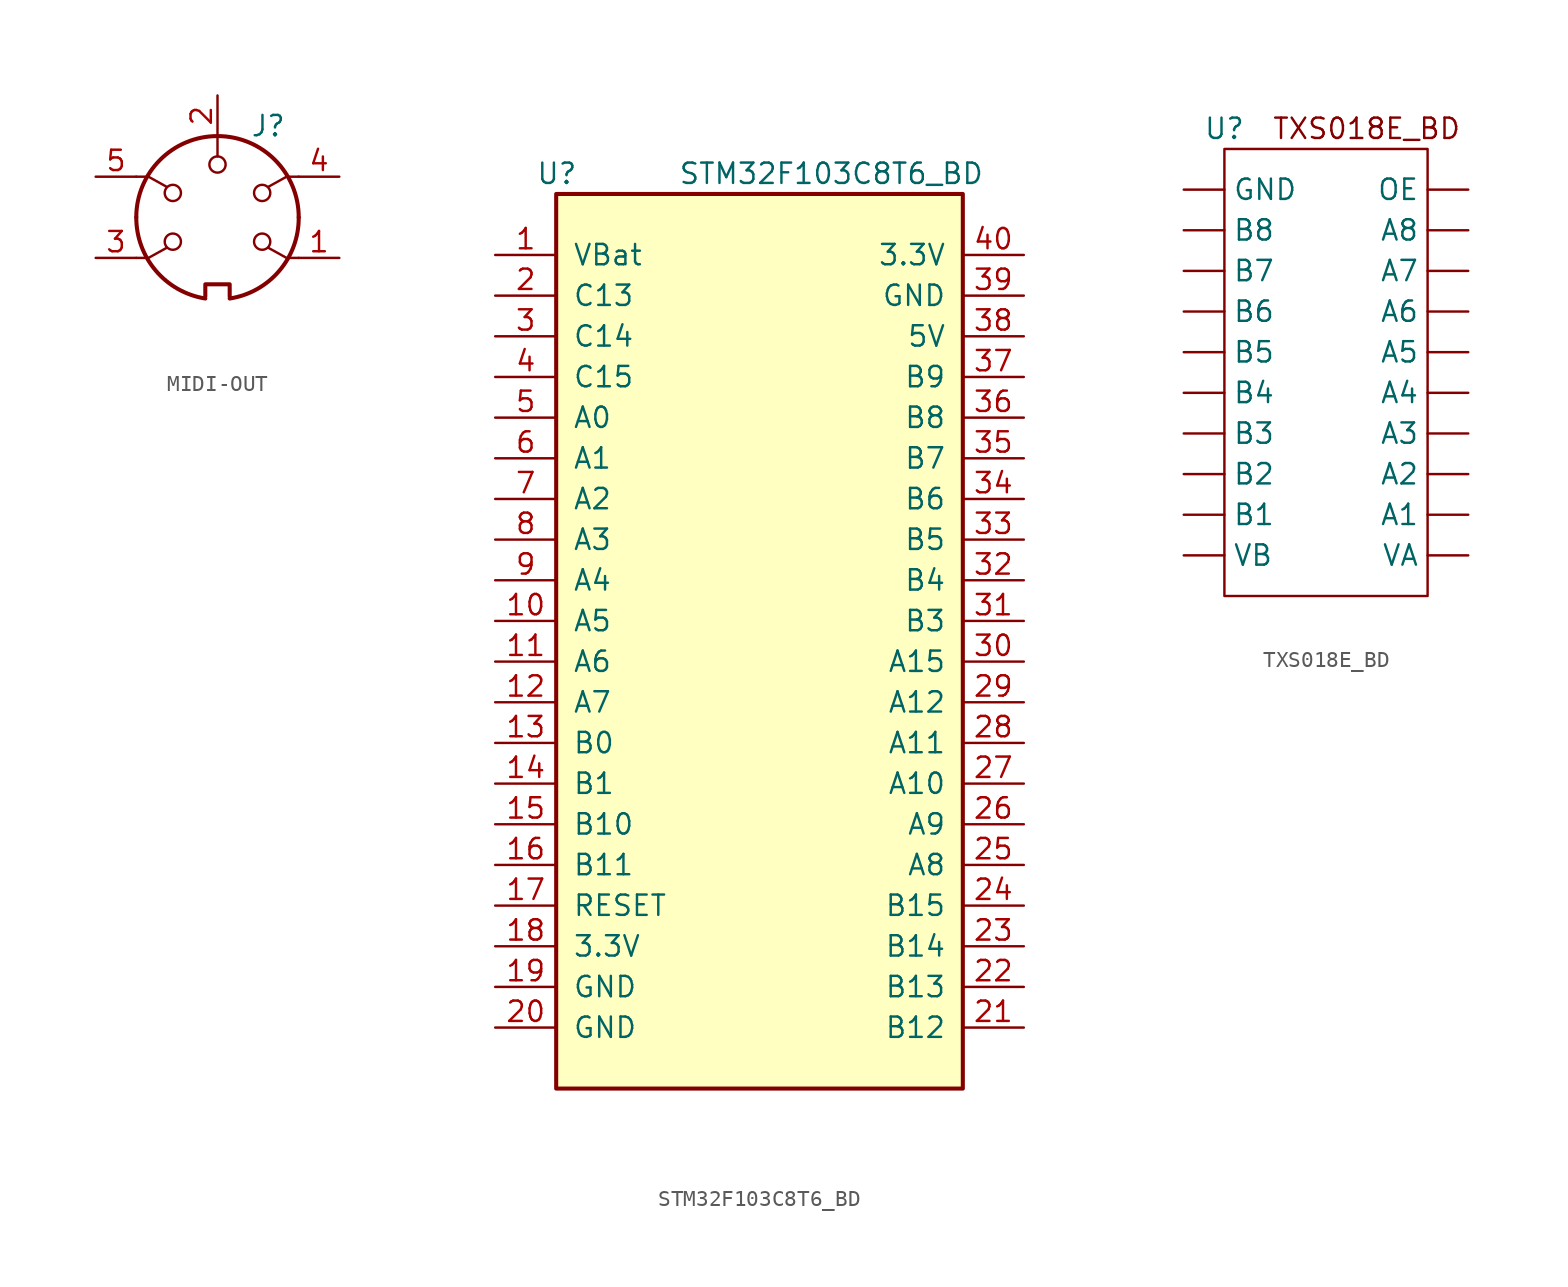
<source format=kicad_sym>
(kicad_symbol_lib
  (version 20220914)
  (generator kicad_symbol_editor)
  (symbol "MIDI-OUT"
    (pin_names
      (offset 1.016))
    (property "Reference" "J"
      (at 3.175 5.715 0)
      (effects (font (size 1.27 1.27))))
    (property "Value" ""
      (at 1.27 -7.62 0)
      (effects (font (size 1.27 1.27))))
    (symbol "MIDI-OUT_0_1"
      (arc (start -5.08 0) (mid -3.8609 -3.3364) (end -0.762 -5.08) (stroke (width 0.254) (type default)) (fill (type none)))
      (circle (center -2.794 -1.524) (radius 0.508) (stroke (width 0) (type default)) (fill (type none)))
      (circle (center -2.794 1.524) (radius 0.508) (stroke (width 0) (type default)) (fill (type none)))
      (polyline (pts (xy 0 5.08) (xy 0 3.81)) (stroke (width 0) (type default)) (fill (type none)))
      (polyline (pts (xy -5.08 -2.54) (xy -4.318 -2.54) (xy -3.175 -1.905)) (stroke (width 0) (type default)) (fill (type none)))
      (polyline (pts (xy -5.08 2.54) (xy -4.318 2.54) (xy -3.175 1.905)) (stroke (width 0) (type default)) (fill (type none)))
      (polyline (pts (xy 5.08 -2.54) (xy 4.318 -2.54) (xy 3.175 -1.905)) (stroke (width 0) (type default)) (fill (type none)))
      (polyline (pts (xy 5.08 2.54) (xy 4.318 2.54) (xy 3.175 1.905)) (stroke (width 0) (type default)) (fill (type none)))
      (polyline (pts (xy -0.762 -4.953) (xy -0.762 -4.191) (xy 0.762 -4.191) (xy 0.762 -4.953)) (stroke (width 0.254) (type default)) (fill (type none)))
      (circle (center 0 3.302) (radius 0.508) (stroke (width 0) (type default)) (fill (type none)))
      (arc (start 0.762 -5.08) (mid 3.8685 -3.343) (end 5.08 0) (stroke (width 0.254) (type default)) (fill (type none)))
      (circle (center 2.794 -1.524) (radius 0.508) (stroke (width 0) (type default)) (fill (type none)))
      (circle (center 2.794 1.524) (radius 0.508) (stroke (width 0) (type default)) (fill (type none)))
      (arc (start 5.08 0) (mid 0 5.0579) (end -5.08 0) (stroke (width 0.254) (type default)) (fill (type none))))
    (symbol "MIDI-OUT_1_1"
      (pin unspecified line (at 7.62 -2.54 180) (length 2.54) (name "" (effects (font (size 1.27 1.27)))) (number "1" (effects (font (size 1.27 1.27)))))
      (pin unspecified line (at 0 7.62 270) (length 2.54) (name "" (effects (font (size 1.27 1.27)))) (number "2" (effects (font (size 1.27 1.27)))))
      (pin unspecified line (at -7.62 -2.54 0) (length 2.54) (name "" (effects (font (size 1.27 1.27)))) (number "3" (effects (font (size 1.27 1.27)))))
      (pin input line (at 7.62 2.54 180) (length 2.54) (name "~" (effects (font (size 1.27 1.27)))) (number "4" (effects (font (size 1.27 1.27)))))
      (pin output line (at -7.62 2.54 0) (length 2.54) (name "" (effects (font (size 1.27 1.27)))) (number "5" (effects (font (size 1.27 1.27)))))))
  (symbol "STM32F103C8T6_BD"
    (pin_names
      (offset 1.016))
    (property "Reference" "U"
      (at -13.97 29.21 0)
      (effects (font (size 1.27 1.27)) (justify left)))
    (property "Value" "STM32F103C8T6_BD"
      (at -5.08 29.21 0)
      (effects (font (size 1.27 1.27)) (justify left)))
    (symbol "STM32F103C8T6_BD_0_1"
      (rectangle (start -12.7 27.94) (end 12.7 -27.94) (stroke (width 0.254) (type default)) (fill (type background))))
    (symbol "STM32F103C8T6_BD_1_1"
      (pin power_in line (at -16.51 24.13 0) (length 3.81) (name "VBat" (effects (font (size 1.27 1.27)))) (number "1" (effects (font (size 1.27 1.27)))))
      (pin bidirectional line (at -16.51 1.27 0) (length 3.81) (name "A5" (effects (font (size 1.27 1.27)))) (number "10" (effects (font (size 1.27 1.27)))))
      (pin bidirectional line (at -16.51 -1.27 0) (length 3.81) (name "A6" (effects (font (size 1.27 1.27)))) (number "11" (effects (font (size 1.27 1.27)))))
      (pin bidirectional line (at -16.51 -3.81 0) (length 3.81) (name "A7" (effects (font (size 1.27 1.27)))) (number "12" (effects (font (size 1.27 1.27)))))
      (pin bidirectional line (at -16.51 -6.35 0) (length 3.81) (name "B0" (effects (font (size 1.27 1.27)))) (number "13" (effects (font (size 1.27 1.27)))))
      (pin bidirectional line (at -16.51 -8.89 0) (length 3.81) (name "B1" (effects (font (size 1.27 1.27)))) (number "14" (effects (font (size 1.27 1.27)))))
      (pin bidirectional line (at -16.51 -11.43 0) (length 3.81) (name "B10" (effects (font (size 1.27 1.27)))) (number "15" (effects (font (size 1.27 1.27)))))
      (pin bidirectional line (at -16.51 -13.97 0) (length 3.81) (name "B11" (effects (font (size 1.27 1.27)))) (number "16" (effects (font (size 1.27 1.27)))))
      (pin input line (at -16.51 -16.51 0) (length 3.81) (name "RESET" (effects (font (size 1.27 1.27)))) (number "17" (effects (font (size 1.27 1.27)))))
      (pin power_in line (at -16.51 -19.05 0) (length 3.81) (name "3.3V" (effects (font (size 1.27 1.27)))) (number "18" (effects (font (size 1.27 1.27)))))
      (pin power_in line (at -16.51 -21.59 0) (length 3.81) (name "GND" (effects (font (size 1.27 1.27)))) (number "19" (effects (font (size 1.27 1.27)))))
      (pin bidirectional line (at -16.51 21.59 0) (length 3.81) (name "C13" (effects (font (size 1.27 1.27)))) (number "2" (effects (font (size 1.27 1.27)))))
      (pin power_in line (at -16.51 -24.13 0) (length 3.81) (name "GND" (effects (font (size 1.27 1.27)))) (number "20" (effects (font (size 1.27 1.27)))))
      (pin bidirectional line (at 16.51 -24.13 180) (length 3.81) (name "B12" (effects (font (size 1.27 1.27)))) (number "21" (effects (font (size 1.27 1.27)))))
      (pin bidirectional line (at 16.51 -21.59 180) (length 3.81) (name "B13" (effects (font (size 1.27 1.27)))) (number "22" (effects (font (size 1.27 1.27)))))
      (pin bidirectional line (at 16.51 -19.05 180) (length 3.81) (name "B14" (effects (font (size 1.27 1.27)))) (number "23" (effects (font (size 1.27 1.27)))))
      (pin bidirectional line (at 16.51 -16.51 180) (length 3.81) (name "B15" (effects (font (size 1.27 1.27)))) (number "24" (effects (font (size 1.27 1.27)))))
      (pin bidirectional line (at 16.51 -13.97 180) (length 3.81) (name "A8" (effects (font (size 1.27 1.27)))) (number "25" (effects (font (size 1.27 1.27)))))
      (pin bidirectional line (at 16.51 -11.43 180) (length 3.81) (name "A9" (effects (font (size 1.27 1.27)))) (number "26" (effects (font (size 1.27 1.27)))))
      (pin bidirectional line (at 16.51 -8.89 180) (length 3.81) (name "A10" (effects (font (size 1.27 1.27)))) (number "27" (effects (font (size 1.27 1.27)))))
      (pin bidirectional line (at 16.51 -6.35 180) (length 3.81) (name "A11" (effects (font (size 1.27 1.27)))) (number "28" (effects (font (size 1.27 1.27)))))
      (pin bidirectional line (at 16.51 -3.81 180) (length 3.81) (name "A12" (effects (font (size 1.27 1.27)))) (number "29" (effects (font (size 1.27 1.27)))))
      (pin bidirectional line (at -16.51 19.05 0) (length 3.81) (name "C14" (effects (font (size 1.27 1.27)))) (number "3" (effects (font (size 1.27 1.27)))))
      (pin bidirectional line (at 16.51 -1.27 180) (length 3.81) (name "A15" (effects (font (size 1.27 1.27)))) (number "30" (effects (font (size 1.27 1.27)))))
      (pin bidirectional line (at 16.51 1.27 180) (length 3.81) (name "B3" (effects (font (size 1.27 1.27)))) (number "31" (effects (font (size 1.27 1.27)))))
      (pin bidirectional line (at 16.51 3.81 180) (length 3.81) (name "B4" (effects (font (size 1.27 1.27)))) (number "32" (effects (font (size 1.27 1.27)))))
      (pin bidirectional line (at 16.51 6.35 180) (length 3.81) (name "B5" (effects (font (size 1.27 1.27)))) (number "33" (effects (font (size 1.27 1.27)))))
      (pin bidirectional line (at 16.51 8.89 180) (length 3.81) (name "B6" (effects (font (size 1.27 1.27)))) (number "34" (effects (font (size 1.27 1.27)))))
      (pin bidirectional line (at 16.51 11.43 180) (length 3.81) (name "B7" (effects (font (size 1.27 1.27)))) (number "35" (effects (font (size 1.27 1.27)))))
      (pin bidirectional line (at 16.51 13.97 180) (length 3.81) (name "B8" (effects (font (size 1.27 1.27)))) (number "36" (effects (font (size 1.27 1.27)))))
      (pin bidirectional line (at 16.51 16.51 180) (length 3.81) (name "B9" (effects (font (size 1.27 1.27)))) (number "37" (effects (font (size 1.27 1.27)))))
      (pin power_in line (at 16.51 19.05 180) (length 3.81) (name "5V" (effects (font (size 1.27 1.27)))) (number "38" (effects (font (size 1.27 1.27)))))
      (pin power_in line (at 16.51 21.59 180) (length 3.81) (name "GND" (effects (font (size 1.27 1.27)))) (number "39" (effects (font (size 1.27 1.27)))))
      (pin bidirectional line (at -16.51 16.51 0) (length 3.81) (name "C15" (effects (font (size 1.27 1.27)))) (number "4" (effects (font (size 1.27 1.27)))))
      (pin power_in line (at 16.51 24.13 180) (length 3.81) (name "3.3V" (effects (font (size 1.27 1.27)))) (number "40" (effects (font (size 1.27 1.27)))))
      (pin bidirectional line (at -16.51 13.97 0) (length 3.81) (name "A0" (effects (font (size 1.27 1.27)))) (number "5" (effects (font (size 1.27 1.27)))))
      (pin bidirectional line (at -16.51 11.43 0) (length 3.81) (name "A1" (effects (font (size 1.27 1.27)))) (number "6" (effects (font (size 1.27 1.27)))))
      (pin bidirectional line (at -16.51 8.89 0) (length 3.81) (name "A2" (effects (font (size 1.27 1.27)))) (number "7" (effects (font (size 1.27 1.27)))))
      (pin bidirectional line (at -16.51 6.35 0) (length 3.81) (name "A3" (effects (font (size 1.27 1.27)))) (number "8" (effects (font (size 1.27 1.27)))))
      (pin bidirectional line (at -16.51 3.81 0) (length 3.81) (name "A4" (effects (font (size 1.27 1.27)))) (number "9" (effects (font (size 1.27 1.27)))))))
  (symbol "TXS018E_BD"
    (property "Reference" "U"
      (at -6.35 13.97 0)
      (effects (font (size 1.27 1.27))))
    (property "Value" ""
      (at -2.54 5.08 0)
      (effects (font (size 1.27 1.27))))
    (symbol "TXS018E_BD_0_1"
      (rectangle (start -6.35 12.7) (end 6.35 -15.24) (stroke (width 0) (type default)) (fill (type none))))
    (symbol "TXS018E_BD_1_1"
      (text "TXS018E_BD\n" (at 2.54 13.97 0) (effects (font (size 1.27 1.27))))
      (pin bidirectional line (at 8.89 -10.16 180) (length 2.54) (name "A1" (effects (font (size 1.27 1.27)))) (number "" (effects (font (size 1.27 1.27)))))
      (pin bidirectional line (at 8.89 -7.62 180) (length 2.54) (name "A2" (effects (font (size 1.27 1.27)))) (number "" (effects (font (size 1.27 1.27)))))
      (pin bidirectional line (at 8.89 -5.08 180) (length 2.54) (name "A3" (effects (font (size 1.27 1.27)))) (number "" (effects (font (size 1.27 1.27)))))
      (pin bidirectional line (at 8.89 -2.54 180) (length 2.54) (name "A4" (effects (font (size 1.27 1.27)))) (number "" (effects (font (size 1.27 1.27)))))
      (pin bidirectional line (at 8.89 0 180) (length 2.54) (name "A5" (effects (font (size 1.27 1.27)))) (number "" (effects (font (size 1.27 1.27)))))
      (pin bidirectional line (at 8.89 2.54 180) (length 2.54) (name "A6" (effects (font (size 1.27 1.27)))) (number "" (effects (font (size 1.27 1.27)))))
      (pin bidirectional line (at 8.89 5.08 180) (length 2.54) (name "A7" (effects (font (size 1.27 1.27)))) (number "" (effects (font (size 1.27 1.27)))))
      (pin bidirectional line (at 8.89 7.62 180) (length 2.54) (name "A8" (effects (font (size 1.27 1.27)))) (number "" (effects (font (size 1.27 1.27)))))
      (pin bidirectional line (at -8.89 -10.16 0) (length 2.54) (name "B1" (effects (font (size 1.27 1.27)))) (number "" (effects (font (size 1.27 1.27)))))
      (pin bidirectional line (at -8.89 -7.62 0) (length 2.54) (name "B2" (effects (font (size 1.27 1.27)))) (number "" (effects (font (size 1.27 1.27)))))
      (pin bidirectional line (at -8.89 -5.08 0) (length 2.54) (name "B3" (effects (font (size 1.27 1.27)))) (number "" (effects (font (size 1.27 1.27)))))
      (pin bidirectional line (at -8.89 -2.54 0) (length 2.54) (name "B4" (effects (font (size 1.27 1.27)))) (number "" (effects (font (size 1.27 1.27)))))
      (pin bidirectional line (at -8.89 0 0) (length 2.54) (name "B5" (effects (font (size 1.27 1.27)))) (number "" (effects (font (size 1.27 1.27)))))
      (pin bidirectional line (at -8.89 2.54 0) (length 2.54) (name "B6" (effects (font (size 1.27 1.27)))) (number "" (effects (font (size 1.27 1.27)))))
      (pin bidirectional line (at -8.89 5.08 0) (length 2.54) (name "B7" (effects (font (size 1.27 1.27)))) (number "" (effects (font (size 1.27 1.27)))))
      (pin bidirectional line (at -8.89 7.62 0) (length 2.54) (name "B8" (effects (font (size 1.27 1.27)))) (number "" (effects (font (size 1.27 1.27)))))
      (pin power_in line (at -8.89 10.16 0) (length 2.54) (name "GND" (effects (font (size 1.27 1.27)))) (number "" (effects (font (size 1.27 1.27)))))
      (pin input line (at 8.89 10.16 180) (length 2.54) (name "OE" (effects (font (size 1.27 1.27)))) (number "" (effects (font (size 1.27 1.27)))))
      (pin power_in line (at 8.89 -12.7 180) (length 2.54) (name "VA" (effects (font (size 1.27 1.27)))) (number "" (effects (font (size 1.27 1.27)))))
      (pin power_in line (at -8.89 -12.7 0) (length 2.54) (name "VB" (effects (font (size 1.27 1.27)))) (number "" (effects (font (size 1.27 1.27))))))))
</source>
